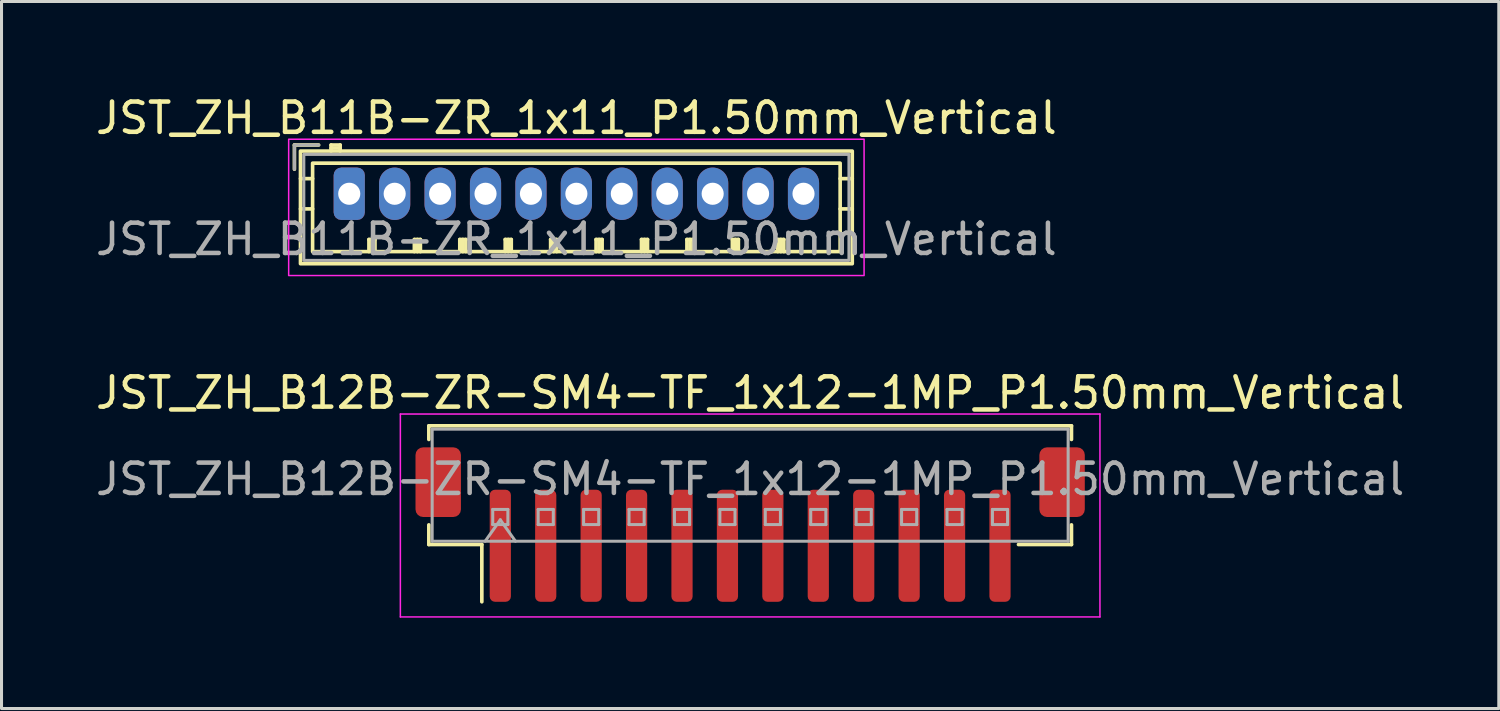
<source format=kicad_pcb>
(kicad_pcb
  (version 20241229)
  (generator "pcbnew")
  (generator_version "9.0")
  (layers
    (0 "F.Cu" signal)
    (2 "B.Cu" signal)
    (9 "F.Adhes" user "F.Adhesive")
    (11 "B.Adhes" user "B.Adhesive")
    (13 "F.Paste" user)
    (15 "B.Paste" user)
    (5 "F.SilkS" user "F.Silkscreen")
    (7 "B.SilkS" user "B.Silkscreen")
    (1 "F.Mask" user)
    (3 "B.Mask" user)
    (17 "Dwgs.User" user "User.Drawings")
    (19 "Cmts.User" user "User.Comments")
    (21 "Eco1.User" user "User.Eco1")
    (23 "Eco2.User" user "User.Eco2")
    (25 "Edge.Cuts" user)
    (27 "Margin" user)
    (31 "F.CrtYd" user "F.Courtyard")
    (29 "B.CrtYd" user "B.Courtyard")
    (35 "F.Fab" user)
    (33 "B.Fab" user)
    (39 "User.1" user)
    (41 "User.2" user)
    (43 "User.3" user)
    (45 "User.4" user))
  (footprint "JST_ZH_B12B-ZR-SM4-TF_1x12-1MP_P1.50mm_Vertical"
    (layer "F.Cu")
    (at 21.72 14.271)
    (property "Reference" "JST_ZH_B12B-ZR-SM4-TF_1x12-1MP_P1.50mm_Vertical" (at 0 -4.35 0) (layer "F.SilkS") (effects (font (size 1 1) (thickness 0.15))))
    (attr smd)
    (fp_line (start -10.61 -3.26) (end 10.61 -3.26) (stroke (width 0.12) (type solid)) (layer "F.SilkS"))
    (fp_line (start -10.61 -2.81) (end -10.61 -3.26) (stroke (width 0.12) (type solid)) (layer "F.SilkS"))
    (fp_line (start -10.61 0.01) (end -10.61 0.66) (stroke (width 0.12) (type solid)) (layer "F.SilkS"))
    (fp_line (start -10.61 0.66) (end -8.86 0.66) (stroke (width 0.12) (type solid)) (layer "F.SilkS"))
    (fp_line (start -8.86 0.66) (end -8.86 2.55) (stroke (width 0.12) (type solid)) (layer "F.SilkS"))
    (fp_line (start 10.61 -3.26) (end 10.61 -2.81) (stroke (width 0.12) (type solid)) (layer "F.SilkS"))
    (fp_line (start 10.61 0.01) (end 10.61 0.66) (stroke (width 0.12) (type solid)) (layer "F.SilkS"))
    (fp_line (start 10.61 0.66) (end 8.86 0.66) (stroke (width 0.12) (type solid)) (layer "F.SilkS"))
    (fp_line (start -11.55 -3.65) (end -11.55 3.05) (stroke (width 0.05) (type solid)) (layer "F.CrtYd"))
    (fp_line (start -11.55 3.05) (end 11.55 3.05) (stroke (width 0.05) (type solid)) (layer "F.CrtYd"))
    (fp_line (start 11.55 -3.65) (end -11.55 -3.65) (stroke (width 0.05) (type solid)) (layer "F.CrtYd"))
    (fp_line (start 11.55 3.05) (end 11.55 -3.65) (stroke (width 0.05) (type solid)) (layer "F.CrtYd"))
    (fp_line (start -10.5 -3.15) (end 10.5 -3.15) (stroke (width 0.1) (type solid)) (layer "F.Fab"))
    (fp_line (start -10.5 0.55) (end -10.5 -3.15) (stroke (width 0.1) (type solid)) (layer "F.Fab"))
    (fp_line (start -10.5 0.55) (end 10.5 0.55) (stroke (width 0.1) (type solid)) (layer "F.Fab"))
    (fp_line (start -8.75 0.55) (end -8.25 -0.157) (stroke (width 0.1) (type solid)) (layer "F.Fab"))
    (fp_line (start -8.5 -0.5) (end -8.5 0) (stroke (width 0.1) (type solid)) (layer "F.Fab"))
    (fp_line (start -8.5 0) (end -8 0) (stroke (width 0.1) (type solid)) (layer "F.Fab"))
    (fp_line (start -8.25 -0.157) (end -7.75 0.55) (stroke (width 0.1) (type solid)) (layer "F.Fab"))
    (fp_line (start -8 -0.5) (end -8.5 -0.5) (stroke (width 0.1) (type solid)) (layer "F.Fab"))
    (fp_line (start -8 0) (end -8 -0.5) (stroke (width 0.1) (type solid)) (layer "F.Fab"))
    (fp_line (start -7 -0.5) (end -7 0) (stroke (width 0.1) (type solid)) (layer "F.Fab"))
    (fp_line (start -7 0) (end -6.5 0) (stroke (width 0.1) (type solid)) (layer "F.Fab"))
    (fp_line (start -6.5 -0.5) (end -7 -0.5) (stroke (width 0.1) (type solid)) (layer "F.Fab"))
    (fp_line (start -6.5 0) (end -6.5 -0.5) (stroke (width 0.1) (type solid)) (layer "F.Fab"))
    (fp_line (start -5.5 -0.5) (end -5.5 0) (stroke (width 0.1) (type solid)) (layer "F.Fab"))
    (fp_line (start -5.5 0) (end -5 0) (stroke (width 0.1) (type solid)) (layer "F.Fab"))
    (fp_line (start -5 -0.5) (end -5.5 -0.5) (stroke (width 0.1) (type solid)) (layer "F.Fab"))
    (fp_line (start -5 0) (end -5 -0.5) (stroke (width 0.1) (type solid)) (layer "F.Fab"))
    (fp_line (start -4 -0.5) (end -4 0) (stroke (width 0.1) (type solid)) (layer "F.Fab"))
    (fp_line (start -4 0) (end -3.5 0) (stroke (width 0.1) (type solid)) (layer "F.Fab"))
    (fp_line (start -3.5 -0.5) (end -4 -0.5) (stroke (width 0.1) (type solid)) (layer "F.Fab"))
    (fp_line (start -3.5 0) (end -3.5 -0.5) (stroke (width 0.1) (type solid)) (layer "F.Fab"))
    (fp_line (start -2.5 -0.5) (end -2.5 0) (stroke (width 0.1) (type solid)) (layer "F.Fab"))
    (fp_line (start -2.5 0) (end -2 0) (stroke (width 0.1) (type solid)) (layer "F.Fab"))
    (fp_line (start -2 -0.5) (end -2.5 -0.5) (stroke (width 0.1) (type solid)) (layer "F.Fab"))
    (fp_line (start -2 0) (end -2 -0.5) (stroke (width 0.1) (type solid)) (layer "F.Fab"))
    (fp_line (start -1 -0.5) (end -1 0) (stroke (width 0.1) (type solid)) (layer "F.Fab"))
    (fp_line (start -1 0) (end -0.5 0) (stroke (width 0.1) (type solid)) (layer "F.Fab"))
    (fp_line (start -0.5 -0.5) (end -1 -0.5) (stroke (width 0.1) (type solid)) (layer "F.Fab"))
    (fp_line (start -0.5 0) (end -0.5 -0.5) (stroke (width 0.1) (type solid)) (layer "F.Fab"))
    (fp_line (start 0.5 -0.5) (end 0.5 0) (stroke (width 0.1) (type solid)) (layer "F.Fab"))
    (fp_line (start 0.5 0) (end 1 0) (stroke (width 0.1) (type solid)) (layer "F.Fab"))
    (fp_line (start 1 -0.5) (end 0.5 -0.5) (stroke (width 0.1) (type solid)) (layer "F.Fab"))
    (fp_line (start 1 0) (end 1 -0.5) (stroke (width 0.1) (type solid)) (layer "F.Fab"))
    (fp_line (start 2 -0.5) (end 2 0) (stroke (width 0.1) (type solid)) (layer "F.Fab"))
    (fp_line (start 2 0) (end 2.5 0) (stroke (width 0.1) (type solid)) (layer "F.Fab"))
    (fp_line (start 2.5 -0.5) (end 2 -0.5) (stroke (width 0.1) (type solid)) (layer "F.Fab"))
    (fp_line (start 2.5 0) (end 2.5 -0.5) (stroke (width 0.1) (type solid)) (layer "F.Fab"))
    (fp_line (start 3.5 -0.5) (end 3.5 0) (stroke (width 0.1) (type solid)) (layer "F.Fab"))
    (fp_line (start 3.5 0) (end 4 0) (stroke (width 0.1) (type solid)) (layer "F.Fab"))
    (fp_line (start 4 -0.5) (end 3.5 -0.5) (stroke (width 0.1) (type solid)) (layer "F.Fab"))
    (fp_line (start 4 0) (end 4 -0.5) (stroke (width 0.1) (type solid)) (layer "F.Fab"))
    (fp_line (start 5 -0.5) (end 5 0) (stroke (width 0.1) (type solid)) (layer "F.Fab"))
    (fp_line (start 5 0) (end 5.5 0) (stroke (width 0.1) (type solid)) (layer "F.Fab"))
    (fp_line (start 5.5 -0.5) (end 5 -0.5) (stroke (width 0.1) (type solid)) (layer "F.Fab"))
    (fp_line (start 5.5 0) (end 5.5 -0.5) (stroke (width 0.1) (type solid)) (layer "F.Fab"))
    (fp_line (start 6.5 -0.5) (end 6.5 0) (stroke (width 0.1) (type solid)) (layer "F.Fab"))
    (fp_line (start 6.5 0) (end 7 0) (stroke (width 0.1) (type solid)) (layer "F.Fab"))
    (fp_line (start 7 -0.5) (end 6.5 -0.5) (stroke (width 0.1) (type solid)) (layer "F.Fab"))
    (fp_line (start 7 0) (end 7 -0.5) (stroke (width 0.1) (type solid)) (layer "F.Fab"))
    (fp_line (start 8 -0.5) (end 8 0) (stroke (width 0.1) (type solid)) (layer "F.Fab"))
    (fp_line (start 8 0) (end 8.5 0) (stroke (width 0.1) (type solid)) (layer "F.Fab"))
    (fp_line (start 8.5 -0.5) (end 8 -0.5) (stroke (width 0.1) (type solid)) (layer "F.Fab"))
    (fp_line (start 8.5 0) (end 8.5 -0.5) (stroke (width 0.1) (type solid)) (layer "F.Fab"))
    (fp_line (start 10.5 0.55) (end 10.5 -3.15) (stroke (width 0.1) (type solid)) (layer "F.Fab"))
    (fp_text user "${REFERENCE}" (at 0 -1.5 0) (layer "F.Fab") (effects (font (size 1 1) (thickness 0.15))))
    (pad "1" smd roundrect (at -8.25 0.7) (size 0.7 3.7) (layers "F.Cu" "F.Mask" "F.Paste") (roundrect_rratio 0.25))
    (pad "2" smd roundrect (at -6.75 0.7) (size 0.7 3.7) (layers "F.Cu" "F.Mask" "F.Paste") (roundrect_rratio 0.25))
    (pad "3" smd roundrect (at -5.25 0.7) (size 0.7 3.7) (layers "F.Cu" "F.Mask" "F.Paste") (roundrect_rratio 0.25))
    (pad "4" smd roundrect (at -3.75 0.7) (size 0.7 3.7) (layers "F.Cu" "F.Mask" "F.Paste") (roundrect_rratio 0.25))
    (pad "5" smd roundrect (at -2.25 0.7) (size 0.7 3.7) (layers "F.Cu" "F.Mask" "F.Paste") (roundrect_rratio 0.25))
    (pad "6" smd roundrect (at -0.75 0.7) (size 0.7 3.7) (layers "F.Cu" "F.Mask" "F.Paste") (roundrect_rratio 0.25))
    (pad "7" smd roundrect (at 0.75 0.7) (size 0.7 3.7) (layers "F.Cu" "F.Mask" "F.Paste") (roundrect_rratio 0.25))
    (pad "8" smd roundrect (at 2.25 0.7) (size 0.7 3.7) (layers "F.Cu" "F.Mask" "F.Paste") (roundrect_rratio 0.25))
    (pad "9" smd roundrect (at 3.75 0.7) (size 0.7 3.7) (layers "F.Cu" "F.Mask" "F.Paste") (roundrect_rratio 0.25))
    (pad "10" smd roundrect (at 5.25 0.7) (size 0.7 3.7) (layers "F.Cu" "F.Mask" "F.Paste") (roundrect_rratio 0.25))
    (pad "11" smd roundrect (at 6.75 0.7) (size 0.7 3.7) (layers "F.Cu" "F.Mask" "F.Paste") (roundrect_rratio 0.25))
    (pad "12" smd roundrect (at 8.25 0.7) (size 0.7 3.7) (layers "F.Cu" "F.Mask" "F.Paste") (roundrect_rratio 0.25))
    (pad "MP" smd roundrect (at -10.3 -1.4) (size 1.5 2.3) (layers "F.Cu" "F.Mask" "F.Paste") (roundrect_rratio 0.167))
    (pad "MP" smd roundrect (at 10.3 -1.4) (size 1.5 2.3) (layers "F.Cu" "F.Mask" "F.Paste") (roundrect_rratio 0.167)))
  (footprint "JST_ZH_B11B-ZR_1x11_P1.50mm_Vertical"
    (layer "F.Cu")
    (at 8.482 3.348)
    (property "Reference" "JST_ZH_B11B-ZR_1x11_P1.50mm_Vertical" (at 7.5 -2.5 0) (layer "F.SilkS") (effects (font (size 1 1) (thickness 0.15))))
    (attr through_hole)
    (fp_line (start -1.81 -1.61) (end -1.81 -0.81) (stroke (width 0.12) (type solid)) (layer "F.SilkS"))
    (fp_line (start -1.61 -0.5) (end -1.21 -0.5) (stroke (width 0.12) (type solid)) (layer "F.SilkS"))
    (fp_line (start -1.61 0.5) (end -1.21 0.5) (stroke (width 0.12) (type solid)) (layer "F.SilkS"))
    (fp_line (start -1.01 -1.61) (end -1.81 -1.61) (stroke (width 0.12) (type solid)) (layer "F.SilkS"))
    (fp_line (start -0.6 -1.61) (end -0.6 -1.41) (stroke (width 0.12) (type solid)) (layer "F.SilkS"))
    (fp_line (start -0.3 -1.61) (end -0.6 -1.61) (stroke (width 0.12) (type solid)) (layer "F.SilkS"))
    (fp_line (start -0.3 -1.51) (end -0.6 -1.51) (stroke (width 0.12) (type solid)) (layer "F.SilkS"))
    (fp_line (start -0.3 -1.41) (end -0.3 -1.61) (stroke (width 0.12) (type solid)) (layer "F.SilkS"))
    (fp_line (start 0.65 1.51) (end 0.85 1.51) (stroke (width 0.12) (type solid)) (layer "F.SilkS"))
    (fp_line (start 0.65 1.91) (end 0.65 1.51) (stroke (width 0.12) (type solid)) (layer "F.SilkS"))
    (fp_line (start 0.75 1.91) (end 0.75 1.51) (stroke (width 0.12) (type solid)) (layer "F.SilkS"))
    (fp_line (start 0.85 1.51) (end 0.85 1.91) (stroke (width 0.12) (type solid)) (layer "F.SilkS"))
    (fp_line (start 2.15 1.51) (end 2.35 1.51) (stroke (width 0.12) (type solid)) (layer "F.SilkS"))
    (fp_line (start 2.15 1.91) (end 2.15 1.51) (stroke (width 0.12) (type solid)) (layer "F.SilkS"))
    (fp_line (start 2.25 1.91) (end 2.25 1.51) (stroke (width 0.12) (type solid)) (layer "F.SilkS"))
    (fp_line (start 2.35 1.51) (end 2.35 1.91) (stroke (width 0.12) (type solid)) (layer "F.SilkS"))
    (fp_line (start 3.65 1.51) (end 3.85 1.51) (stroke (width 0.12) (type solid)) (layer "F.SilkS"))
    (fp_line (start 3.65 1.91) (end 3.65 1.51) (stroke (width 0.12) (type solid)) (layer "F.SilkS"))
    (fp_line (start 3.75 1.91) (end 3.75 1.51) (stroke (width 0.12) (type solid)) (layer "F.SilkS"))
    (fp_line (start 3.85 1.51) (end 3.85 1.91) (stroke (width 0.12) (type solid)) (layer "F.SilkS"))
    (fp_line (start 5.15 1.51) (end 5.35 1.51) (stroke (width 0.12) (type solid)) (layer "F.SilkS"))
    (fp_line (start 5.15 1.91) (end 5.15 1.51) (stroke (width 0.12) (type solid)) (layer "F.SilkS"))
    (fp_line (start 5.25 1.91) (end 5.25 1.51) (stroke (width 0.12) (type solid)) (layer "F.SilkS"))
    (fp_line (start 5.35 1.51) (end 5.35 1.91) (stroke (width 0.12) (type solid)) (layer "F.SilkS"))
    (fp_line (start 6.65 1.51) (end 6.85 1.51) (stroke (width 0.12) (type solid)) (layer "F.SilkS"))
    (fp_line (start 6.65 1.91) (end 6.65 1.51) (stroke (width 0.12) (type solid)) (layer "F.SilkS"))
    (fp_line (start 6.75 1.91) (end 6.75 1.51) (stroke (width 0.12) (type solid)) (layer "F.SilkS"))
    (fp_line (start 6.85 1.51) (end 6.85 1.91) (stroke (width 0.12) (type solid)) (layer "F.SilkS"))
    (fp_line (start 8.15 1.51) (end 8.35 1.51) (stroke (width 0.12) (type solid)) (layer "F.SilkS"))
    (fp_line (start 8.15 1.91) (end 8.15 1.51) (stroke (width 0.12) (type solid)) (layer "F.SilkS"))
    (fp_line (start 8.25 1.91) (end 8.25 1.51) (stroke (width 0.12) (type solid)) (layer "F.SilkS"))
    (fp_line (start 8.35 1.51) (end 8.35 1.91) (stroke (width 0.12) (type solid)) (layer "F.SilkS"))
    (fp_line (start 9.65 1.51) (end 9.85 1.51) (stroke (width 0.12) (type solid)) (layer "F.SilkS"))
    (fp_line (start 9.65 1.91) (end 9.65 1.51) (stroke (width 0.12) (type solid)) (layer "F.SilkS"))
    (fp_line (start 9.75 1.91) (end 9.75 1.51) (stroke (width 0.12) (type solid)) (layer "F.SilkS"))
    (fp_line (start 9.85 1.51) (end 9.85 1.91) (stroke (width 0.12) (type solid)) (layer "F.SilkS"))
    (fp_line (start 11.15 1.51) (end 11.35 1.51) (stroke (width 0.12) (type solid)) (layer "F.SilkS"))
    (fp_line (start 11.15 1.91) (end 11.15 1.51) (stroke (width 0.12) (type solid)) (layer "F.SilkS"))
    (fp_line (start 11.25 1.91) (end 11.25 1.51) (stroke (width 0.12) (type solid)) (layer "F.SilkS"))
    (fp_line (start 11.35 1.51) (end 11.35 1.91) (stroke (width 0.12) (type solid)) (layer "F.SilkS"))
    (fp_line (start 12.65 1.51) (end 12.85 1.51) (stroke (width 0.12) (type solid)) (layer "F.SilkS"))
    (fp_line (start 12.65 1.91) (end 12.65 1.51) (stroke (width 0.12) (type solid)) (layer "F.SilkS"))
    (fp_line (start 12.75 1.91) (end 12.75 1.51) (stroke (width 0.12) (type solid)) (layer "F.SilkS"))
    (fp_line (start 12.85 1.51) (end 12.85 1.91) (stroke (width 0.12) (type solid)) (layer "F.SilkS"))
    (fp_line (start 14.15 1.51) (end 14.35 1.51) (stroke (width 0.12) (type solid)) (layer "F.SilkS"))
    (fp_line (start 14.15 1.91) (end 14.15 1.51) (stroke (width 0.12) (type solid)) (layer "F.SilkS"))
    (fp_line (start 14.25 1.91) (end 14.25 1.51) (stroke (width 0.12) (type solid)) (layer "F.SilkS"))
    (fp_line (start 14.35 1.51) (end 14.35 1.91) (stroke (width 0.12) (type solid)) (layer "F.SilkS"))
    (fp_line (start 16.61 -0.5) (end 16.21 -0.5) (stroke (width 0.12) (type solid)) (layer "F.SilkS"))
    (fp_line (start 16.61 0.5) (end 16.21 0.5) (stroke (width 0.12) (type solid)) (layer "F.SilkS"))
    (fp_rect (start -1.61 -1.41) (end 16.61 2.31) (stroke (width 0.12) (type solid)) (fill no) (layer "F.SilkS"))
    (fp_rect (start -1.21 -1.01) (end 16.21 1.91) (stroke (width 0.12) (type solid)) (fill no) (layer "F.SilkS"))
    (fp_rect (start -2 -1.8) (end 17 2.7) (stroke (width 0.05) (type solid)) (fill no) (layer "F.CrtYd"))
    (fp_line (start -1.81 -1.61) (end -1.81 -0.81) (stroke (width 0.1) (type solid)) (layer "F.Fab"))
    (fp_line (start -1.01 -1.61) (end -1.81 -1.61) (stroke (width 0.1) (type solid)) (layer "F.Fab"))
    (fp_rect (start -1.5 -1.3) (end 16.5 2.2) (stroke (width 0.1) (type solid)) (fill no) (layer "F.Fab"))
    (fp_text user "${REFERENCE}" (at 7.5 1.5 0) (layer "F.Fab") (effects (font (size 1 1) (thickness 0.15))))
    (pad "1" thru_hole roundrect (at 0 0) (size 1.03 1.73) (drill 0.73) (layers "*.Cu" "*.Mask") (roundrect_rratio 0.243))
    (pad "2" thru_hole oval (at 1.5 0) (size 1.03 1.73) (drill 0.73) (layers "*.Cu" "*.Mask"))
    (pad "3" thru_hole oval (at 3 0) (size 1.03 1.73) (drill 0.73) (layers "*.Cu" "*.Mask"))
    (pad "4" thru_hole oval (at 4.5 0) (size 1.03 1.73) (drill 0.73) (layers "*.Cu" "*.Mask"))
    (pad "5" thru_hole oval (at 6 0) (size 1.03 1.73) (drill 0.73) (layers "*.Cu" "*.Mask"))
    (pad "6" thru_hole oval (at 7.5 0) (size 1.03 1.73) (drill 0.73) (layers "*.Cu" "*.Mask"))
    (pad "7" thru_hole oval (at 9 0) (size 1.03 1.73) (drill 0.73) (layers "*.Cu" "*.Mask"))
    (pad "8" thru_hole oval (at 10.5 0) (size 1.03 1.73) (drill 0.73) (layers "*.Cu" "*.Mask"))
    (pad "9" thru_hole oval (at 12 0) (size 1.03 1.73) (drill 0.73) (layers "*.Cu" "*.Mask"))
    (pad "10" thru_hole oval (at 13.5 0) (size 1.03 1.73) (drill 0.73) (layers "*.Cu" "*.Mask"))
    (pad "11" thru_hole oval (at 15 0) (size 1.03 1.73) (drill 0.73) (layers "*.Cu" "*.Mask")))
  (gr_rect
    (start -3 -3)
    (end 46.44 20.346)
    (stroke (width 0.1) (type default))
    (fill no)
    (layer "Edge.Cuts")))
</source>
